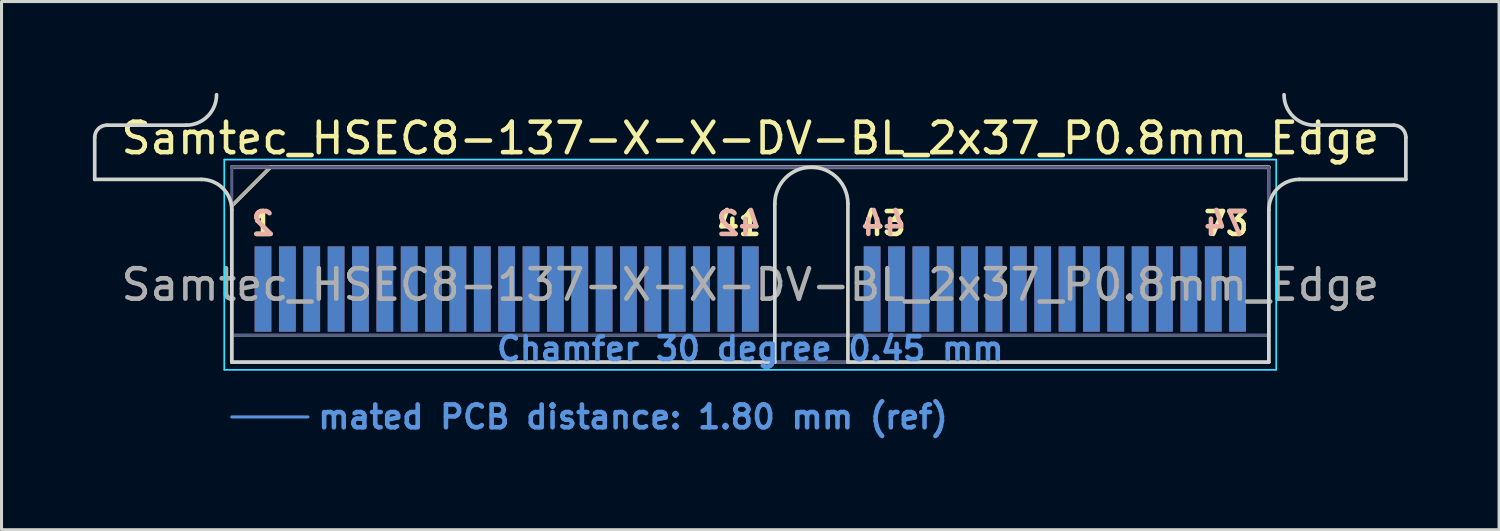
<source format=kicad_pcb>
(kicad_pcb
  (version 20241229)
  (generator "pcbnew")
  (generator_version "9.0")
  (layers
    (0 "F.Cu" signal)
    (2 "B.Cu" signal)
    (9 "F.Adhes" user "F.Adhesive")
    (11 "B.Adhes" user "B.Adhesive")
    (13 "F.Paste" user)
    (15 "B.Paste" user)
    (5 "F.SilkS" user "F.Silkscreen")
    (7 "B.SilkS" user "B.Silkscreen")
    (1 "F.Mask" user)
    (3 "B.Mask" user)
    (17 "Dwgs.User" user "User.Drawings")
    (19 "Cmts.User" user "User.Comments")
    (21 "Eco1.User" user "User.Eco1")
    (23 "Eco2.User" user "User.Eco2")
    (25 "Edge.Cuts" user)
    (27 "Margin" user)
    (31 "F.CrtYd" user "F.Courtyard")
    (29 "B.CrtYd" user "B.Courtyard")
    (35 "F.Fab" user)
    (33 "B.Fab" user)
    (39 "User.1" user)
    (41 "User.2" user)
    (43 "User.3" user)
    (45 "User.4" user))
  (footprint "Samtec_HSEC8-137-X-X-DV-BL_2x37_P0.8mm_Edge"
    (layer "F.Cu")
    (at 21.585 8.84)
    (property "Reference" "Samtec_HSEC8-137-X-X-DV-BL_2x37_P0.8mm_Edge" (at 0 -7.35 0) (layer "F.SilkS") (effects (font (size 1 1) (thickness 0.15))))
    (attr exclude_from_pos_files exclude_from_bom)
    (fp_line (start -17.025 -5.13) (end -15.755 -6.4) (stroke (width 0.12) (type solid)) (layer "F.SilkS"))
    (fp_line (start -15.755 -6.4) (end 17.025 -6.4) (stroke (width 0.12) (type solid)) (layer "F.SilkS"))
    (fp_line (start -17.025 -6.4) (end -17.025 -6.4) (stroke (width 0.12) (type solid)) (layer "B.SilkS"))
    (fp_line (start -17.025 -6.4) (end 17.025 -6.4) (stroke (width 0.12) (type solid)) (layer "B.SilkS"))
    (fp_line (start -17.025 1.8) (end -14.525 1.8) (stroke (width 0.1) (type solid)) (layer "Cmts.User"))
    (fp_line (start -21.525 -6) (end -21.525 -7.38) (stroke (width 0.12) (type solid)) (layer "Edge.Cuts"))
    (fp_line (start -21.125 -7.78) (end -18.525 -7.78) (stroke (width 0.12) (type solid)) (layer "Edge.Cuts"))
    (fp_line (start -18.025 -6) (end -21.525 -6) (stroke (width 0.12) (type solid)) (layer "Edge.Cuts"))
    (fp_line (start -17.025 -5) (end -17.025 0) (stroke (width 0.12) (type solid)) (layer "Edge.Cuts"))
    (fp_line (start -17.025 0) (end 0.805 0) (stroke (width 0.12) (type solid)) (layer "Edge.Cuts"))
    (fp_line (start 0.805 0) (end 0.805 -5.2) (stroke (width 0.12) (type solid)) (layer "Edge.Cuts"))
    (fp_line (start 3.205 -5.2) (end 3.205 0) (stroke (width 0.12) (type solid)) (layer "Edge.Cuts"))
    (fp_line (start 3.205 0) (end 17.025 0) (stroke (width 0.12) (type solid)) (layer "Edge.Cuts"))
    (fp_line (start 17.025 0) (end 17.025 -5) (stroke (width 0.12) (type solid)) (layer "Edge.Cuts"))
    (fp_line (start 18.025 -6) (end 21.525 -6) (stroke (width 0.12) (type solid)) (layer "Edge.Cuts"))
    (fp_line (start 21.125 -7.78) (end 18.525 -7.78) (stroke (width 0.12) (type solid)) (layer "Edge.Cuts"))
    (fp_line (start 21.525 -6) (end 21.525 -7.38) (stroke (width 0.12) (type solid)) (layer "Edge.Cuts"))
    (fp_arc (start -21.525 -7.38) (mid -21.407843 -7.662843) (end -21.125 -7.78) (stroke (width 0.12) (type solid)) (layer "Edge.Cuts"))
    (fp_arc (start -18.025 -6) (mid -17.317893 -5.707107) (end -17.025 -5) (stroke (width 0.12) (type solid)) (layer "Edge.Cuts"))
    (fp_arc (start -17.525 -8.78) (mid -17.817893 -8.072893) (end -18.525 -7.78) (stroke (width 0.12) (type solid)) (layer "Edge.Cuts"))
    (fp_arc (start 0.805 -5.2) (mid 2.005 -6.4) (end 3.205 -5.2) (stroke (width 0.12) (type solid)) (layer "Edge.Cuts"))
    (fp_arc (start 17.025 -5) (mid 17.317893 -5.707107) (end 18.025 -6) (stroke (width 0.12) (type solid)) (layer "Edge.Cuts"))
    (fp_arc (start 18.525 -7.78) (mid 17.817893 -8.072893) (end 17.525 -8.78) (stroke (width 0.12) (type solid)) (layer "Edge.Cuts"))
    (fp_arc (start 21.125 -7.78) (mid 21.407843 -7.662843) (end 21.525 -7.38) (stroke (width 0.12) (type solid)) (layer "Edge.Cuts"))
    (fp_line (start -17.27 -6.65) (end -17.27 0.25) (stroke (width 0.05) (type solid)) (layer "B.CrtYd"))
    (fp_line (start -17.27 0.25) (end 17.27 0.25) (stroke (width 0.05) (type solid)) (layer "B.CrtYd"))
    (fp_line (start 17.27 -6.65) (end -17.27 -6.65) (stroke (width 0.05) (type solid)) (layer "B.CrtYd"))
    (fp_line (start 17.27 0.25) (end 17.27 -6.65) (stroke (width 0.05) (type solid)) (layer "B.CrtYd"))
    (fp_line (start -17.27 -6.65) (end -17.27 0.25) (stroke (width 0.05) (type solid)) (layer "F.CrtYd"))
    (fp_line (start -17.27 0.25) (end 17.27 0.25) (stroke (width 0.05) (type solid)) (layer "F.CrtYd"))
    (fp_line (start 17.27 -6.65) (end -17.27 -6.65) (stroke (width 0.05) (type solid)) (layer "F.CrtYd"))
    (fp_line (start 17.27 0.25) (end 17.27 -6.65) (stroke (width 0.05) (type solid)) (layer "F.CrtYd"))
    (fp_line (start -17.025 -6.4) (end -17.025 -6.4) (stroke (width 0.1) (type solid)) (layer "B.Fab"))
    (fp_line (start -17.025 -6.4) (end -17.025 0) (stroke (width 0.1) (type solid)) (layer "B.Fab"))
    (fp_line (start -17.025 -6.4) (end 17.025 -6.4) (stroke (width 0.1) (type solid)) (layer "B.Fab"))
    (fp_line (start -17.025 -0.88) (end 17.025 -0.88) (stroke (width 0.1) (type solid)) (layer "B.Fab"))
    (fp_line (start -17.025 0) (end 17.025 0) (stroke (width 0.1) (type solid)) (layer "B.Fab"))
    (fp_line (start 17.025 -6.4) (end 17.025 0) (stroke (width 0.1) (type solid)) (layer "B.Fab"))
    (fp_line (start -17.025 -5.13) (end -17.025 0) (stroke (width 0.1) (type solid)) (layer "F.Fab"))
    (fp_line (start -17.025 -5.13) (end -15.755 -6.4) (stroke (width 0.1) (type solid)) (layer "F.Fab"))
    (fp_line (start -17.025 -0.88) (end 17.025 -0.88) (stroke (width 0.1) (type solid)) (layer "F.Fab"))
    (fp_line (start -17.025 0) (end 17.025 0) (stroke (width 0.1) (type solid)) (layer "F.Fab"))
    (fp_line (start -15.755 -6.4) (end 17.025 -6.4) (stroke (width 0.1) (type solid)) (layer "F.Fab"))
    (fp_line (start 17.025 -6.4) (end 17.025 0) (stroke (width 0.1) (type solid)) (layer "F.Fab"))
    (fp_text user "43" (at 4.375 -4.55 0) (layer "F.SilkS") (effects (font (size 0.75 0.75) (thickness 0.15))))
    (fp_text user "73" (at 15.625 -4.55 0) (layer "F.SilkS") (effects (font (size 0.75 0.75) (thickness 0.15))))
    (fp_text user "41" (at -0.375 -4.55 0) (layer "F.SilkS") (effects (font (size 0.75 0.75) (thickness 0.15))))
    (fp_text user "1" (at -16 -4.55 0) (layer "F.SilkS") (effects (font (size 0.75 0.75) (thickness 0.15))))
    (fp_text user "74" (at 15.625 -4.55 0) (layer "B.SilkS") (effects (font (size 0.75 0.75) (thickness 0.15)) (justify mirror)))
    (fp_text user "42" (at -0.375 -4.55 0) (layer "B.SilkS") (effects (font (size 0.75 0.75) (thickness 0.15)) (justify mirror)))
    (fp_text user "44" (at 4.375 -4.55 0) (layer "B.SilkS") (effects (font (size 0.75 0.75) (thickness 0.15)) (justify mirror)))
    (fp_text user "2" (at -16 -4.55 0) (layer "B.SilkS") (effects (font (size 0.75 0.75) (thickness 0.15)) (justify mirror)))
    (fp_text user "mated PCB distance: 1.80 mm (ref)" (at -14.27 1.8 0) (layer "Cmts.User") (effects (font (size 0.75 0.75) (thickness 0.15)) (justify left)))
    (fp_text user "Chamfer 30 degree 0.45 mm" (at 0 -0.44 0) (layer "Cmts.User") (effects (font (size 0.75 0.75) (thickness 0.15))))
    (fp_text user "${REFERENCE}" (at 0 -2.54 0) (layer "F.Fab") (effects (font (size 1 1) (thickness 0.15))))
    (pad "1" connect rect (at -16 -2.4) (size 0.55 2.8) (layers "F.Cu" "F.Mask"))
    (pad "2" connect rect (at -16 -2.4) (size 0.55 2.8) (layers "B.Cu" "B.Mask"))
    (pad "3" connect rect (at -15.2 -2.4) (size 0.55 2.8) (layers "F.Cu" "F.Mask"))
    (pad "4" connect rect (at -15.2 -2.4) (size 0.55 2.8) (layers "B.Cu" "B.Mask"))
    (pad "5" connect rect (at -14.4 -2.4) (size 0.55 2.8) (layers "F.Cu" "F.Mask"))
    (pad "6" connect rect (at -14.4 -2.4) (size 0.55 2.8) (layers "B.Cu" "B.Mask"))
    (pad "7" connect rect (at -13.6 -2.4) (size 0.55 2.8) (layers "F.Cu" "F.Mask"))
    (pad "8" connect rect (at -13.6 -2.4) (size 0.55 2.8) (layers "B.Cu" "B.Mask"))
    (pad "9" connect rect (at -12.8 -2.4) (size 0.55 2.8) (layers "F.Cu" "F.Mask"))
    (pad "10" connect rect (at -12.8 -2.4) (size 0.55 2.8) (layers "B.Cu" "B.Mask"))
    (pad "11" connect rect (at -12 -2.4) (size 0.55 2.8) (layers "F.Cu" "F.Mask"))
    (pad "12" connect rect (at -12 -2.4) (size 0.55 2.8) (layers "B.Cu" "B.Mask"))
    (pad "13" connect rect (at -11.2 -2.4) (size 0.55 2.8) (layers "F.Cu" "F.Mask"))
    (pad "14" connect rect (at -11.2 -2.4) (size 0.55 2.8) (layers "B.Cu" "B.Mask"))
    (pad "15" connect rect (at -10.4 -2.4) (size 0.55 2.8) (layers "F.Cu" "F.Mask"))
    (pad "16" connect rect (at -10.4 -2.4) (size 0.55 2.8) (layers "B.Cu" "B.Mask"))
    (pad "17" connect rect (at -9.6 -2.4) (size 0.55 2.8) (layers "F.Cu" "F.Mask"))
    (pad "18" connect rect (at -9.6 -2.4) (size 0.55 2.8) (layers "B.Cu" "B.Mask"))
    (pad "19" connect rect (at -8.8 -2.4) (size 0.55 2.8) (layers "F.Cu" "F.Mask"))
    (pad "20" connect rect (at -8.8 -2.4) (size 0.55 2.8) (layers "B.Cu" "B.Mask"))
    (pad "21" connect rect (at -8 -2.4) (size 0.55 2.8) (layers "F.Cu" "F.Mask"))
    (pad "22" connect rect (at -8 -2.4) (size 0.55 2.8) (layers "B.Cu" "B.Mask"))
    (pad "23" connect rect (at -7.2 -2.4) (size 0.55 2.8) (layers "F.Cu" "F.Mask"))
    (pad "24" connect rect (at -7.2 -2.4) (size 0.55 2.8) (layers "B.Cu" "B.Mask"))
    (pad "25" connect rect (at -6.4 -2.4) (size 0.55 2.8) (layers "F.Cu" "F.Mask"))
    (pad "26" connect rect (at -6.4 -2.4) (size 0.55 2.8) (layers "B.Cu" "B.Mask"))
    (pad "27" connect rect (at -5.6 -2.4) (size 0.55 2.8) (layers "F.Cu" "F.Mask"))
    (pad "28" connect rect (at -5.6 -2.4) (size 0.55 2.8) (layers "B.Cu" "B.Mask"))
    (pad "29" connect rect (at -4.8 -2.4) (size 0.55 2.8) (layers "F.Cu" "F.Mask"))
    (pad "30" connect rect (at -4.8 -2.4) (size 0.55 2.8) (layers "B.Cu" "B.Mask"))
    (pad "31" connect rect (at -4 -2.4) (size 0.55 2.8) (layers "F.Cu" "F.Mask"))
    (pad "32" connect rect (at -4 -2.4) (size 0.55 2.8) (layers "B.Cu" "B.Mask"))
    (pad "33" connect rect (at -3.2 -2.4) (size 0.55 2.8) (layers "F.Cu" "F.Mask"))
    (pad "34" connect rect (at -3.2 -2.4) (size 0.55 2.8) (layers "B.Cu" "B.Mask"))
    (pad "35" connect rect (at -2.4 -2.4) (size 0.55 2.8) (layers "F.Cu" "F.Mask"))
    (pad "36" connect rect (at -2.4 -2.4) (size 0.55 2.8) (layers "B.Cu" "B.Mask"))
    (pad "37" connect rect (at -1.6 -2.4) (size 0.55 2.8) (layers "F.Cu" "F.Mask"))
    (pad "38" connect rect (at -1.6 -2.4) (size 0.55 2.8) (layers "B.Cu" "B.Mask"))
    (pad "39" connect rect (at -0.8 -2.4) (size 0.55 2.8) (layers "F.Cu" "F.Mask"))
    (pad "40" connect rect (at -0.8 -2.4) (size 0.55 2.8) (layers "B.Cu" "B.Mask"))
    (pad "41" connect rect (at 0 -2.4) (size 0.55 2.8) (layers "F.Cu" "F.Mask"))
    (pad "42" connect rect (at 0 -2.4) (size 0.55 2.8) (layers "B.Cu" "B.Mask"))
    (pad "43" connect rect (at 4 -2.4) (size 0.55 2.8) (layers "F.Cu" "F.Mask"))
    (pad "44" connect rect (at 4 -2.4) (size 0.55 2.8) (layers "B.Cu" "B.Mask"))
    (pad "45" connect rect (at 4.8 -2.4) (size 0.55 2.8) (layers "F.Cu" "F.Mask"))
    (pad "46" connect rect (at 4.8 -2.4) (size 0.55 2.8) (layers "B.Cu" "B.Mask"))
    (pad "47" connect rect (at 5.6 -2.4) (size 0.55 2.8) (layers "F.Cu" "F.Mask"))
    (pad "48" connect rect (at 5.6 -2.4) (size 0.55 2.8) (layers "B.Cu" "B.Mask"))
    (pad "49" connect rect (at 6.4 -2.4) (size 0.55 2.8) (layers "F.Cu" "F.Mask"))
    (pad "50" connect rect (at 6.4 -2.4) (size 0.55 2.8) (layers "B.Cu" "B.Mask"))
    (pad "51" connect rect (at 7.2 -2.4) (size 0.55 2.8) (layers "F.Cu" "F.Mask"))
    (pad "52" connect rect (at 7.2 -2.4) (size 0.55 2.8) (layers "B.Cu" "B.Mask"))
    (pad "53" connect rect (at 8 -2.4) (size 0.55 2.8) (layers "F.Cu" "F.Mask"))
    (pad "54" connect rect (at 8 -2.4) (size 0.55 2.8) (layers "B.Cu" "B.Mask"))
    (pad "55" connect rect (at 8.8 -2.4) (size 0.55 2.8) (layers "F.Cu" "F.Mask"))
    (pad "56" connect rect (at 8.8 -2.4) (size 0.55 2.8) (layers "B.Cu" "B.Mask"))
    (pad "57" connect rect (at 9.6 -2.4) (size 0.55 2.8) (layers "F.Cu" "F.Mask"))
    (pad "58" connect rect (at 9.6 -2.4) (size 0.55 2.8) (layers "B.Cu" "B.Mask"))
    (pad "59" connect rect (at 10.4 -2.4) (size 0.55 2.8) (layers "F.Cu" "F.Mask"))
    (pad "60" connect rect (at 10.4 -2.4) (size 0.55 2.8) (layers "B.Cu" "B.Mask"))
    (pad "61" connect rect (at 11.2 -2.4) (size 0.55 2.8) (layers "F.Cu" "F.Mask"))
    (pad "62" connect rect (at 11.2 -2.4) (size 0.55 2.8) (layers "B.Cu" "B.Mask"))
    (pad "63" connect rect (at 12 -2.4) (size 0.55 2.8) (layers "F.Cu" "F.Mask"))
    (pad "64" connect rect (at 12 -2.4) (size 0.55 2.8) (layers "B.Cu" "B.Mask"))
    (pad "65" connect rect (at 12.8 -2.4) (size 0.55 2.8) (layers "F.Cu" "F.Mask"))
    (pad "66" connect rect (at 12.8 -2.4) (size 0.55 2.8) (layers "B.Cu" "B.Mask"))
    (pad "67" connect rect (at 13.6 -2.4) (size 0.55 2.8) (layers "F.Cu" "F.Mask"))
    (pad "68" connect rect (at 13.6 -2.4) (size 0.55 2.8) (layers "B.Cu" "B.Mask"))
    (pad "69" connect rect (at 14.4 -2.4) (size 0.55 2.8) (layers "F.Cu" "F.Mask"))
    (pad "70" connect rect (at 14.4 -2.4) (size 0.55 2.8) (layers "B.Cu" "B.Mask"))
    (pad "71" connect rect (at 15.2 -2.4) (size 0.55 2.8) (layers "F.Cu" "F.Mask"))
    (pad "72" connect rect (at 15.2 -2.4) (size 0.55 2.8) (layers "B.Cu" "B.Mask"))
    (pad "73" connect rect (at 16 -2.4) (size 0.55 2.8) (layers "F.Cu" "F.Mask"))
    (pad "74" connect rect (at 16 -2.4) (size 0.55 2.8) (layers "B.Cu" "B.Mask")))
  (gr_rect
    (start -3 -3)
    (end 46.17 14.342)
    (stroke (width 0.1) (type default))
    (fill no)
    (layer "Edge.Cuts")))
</source>
